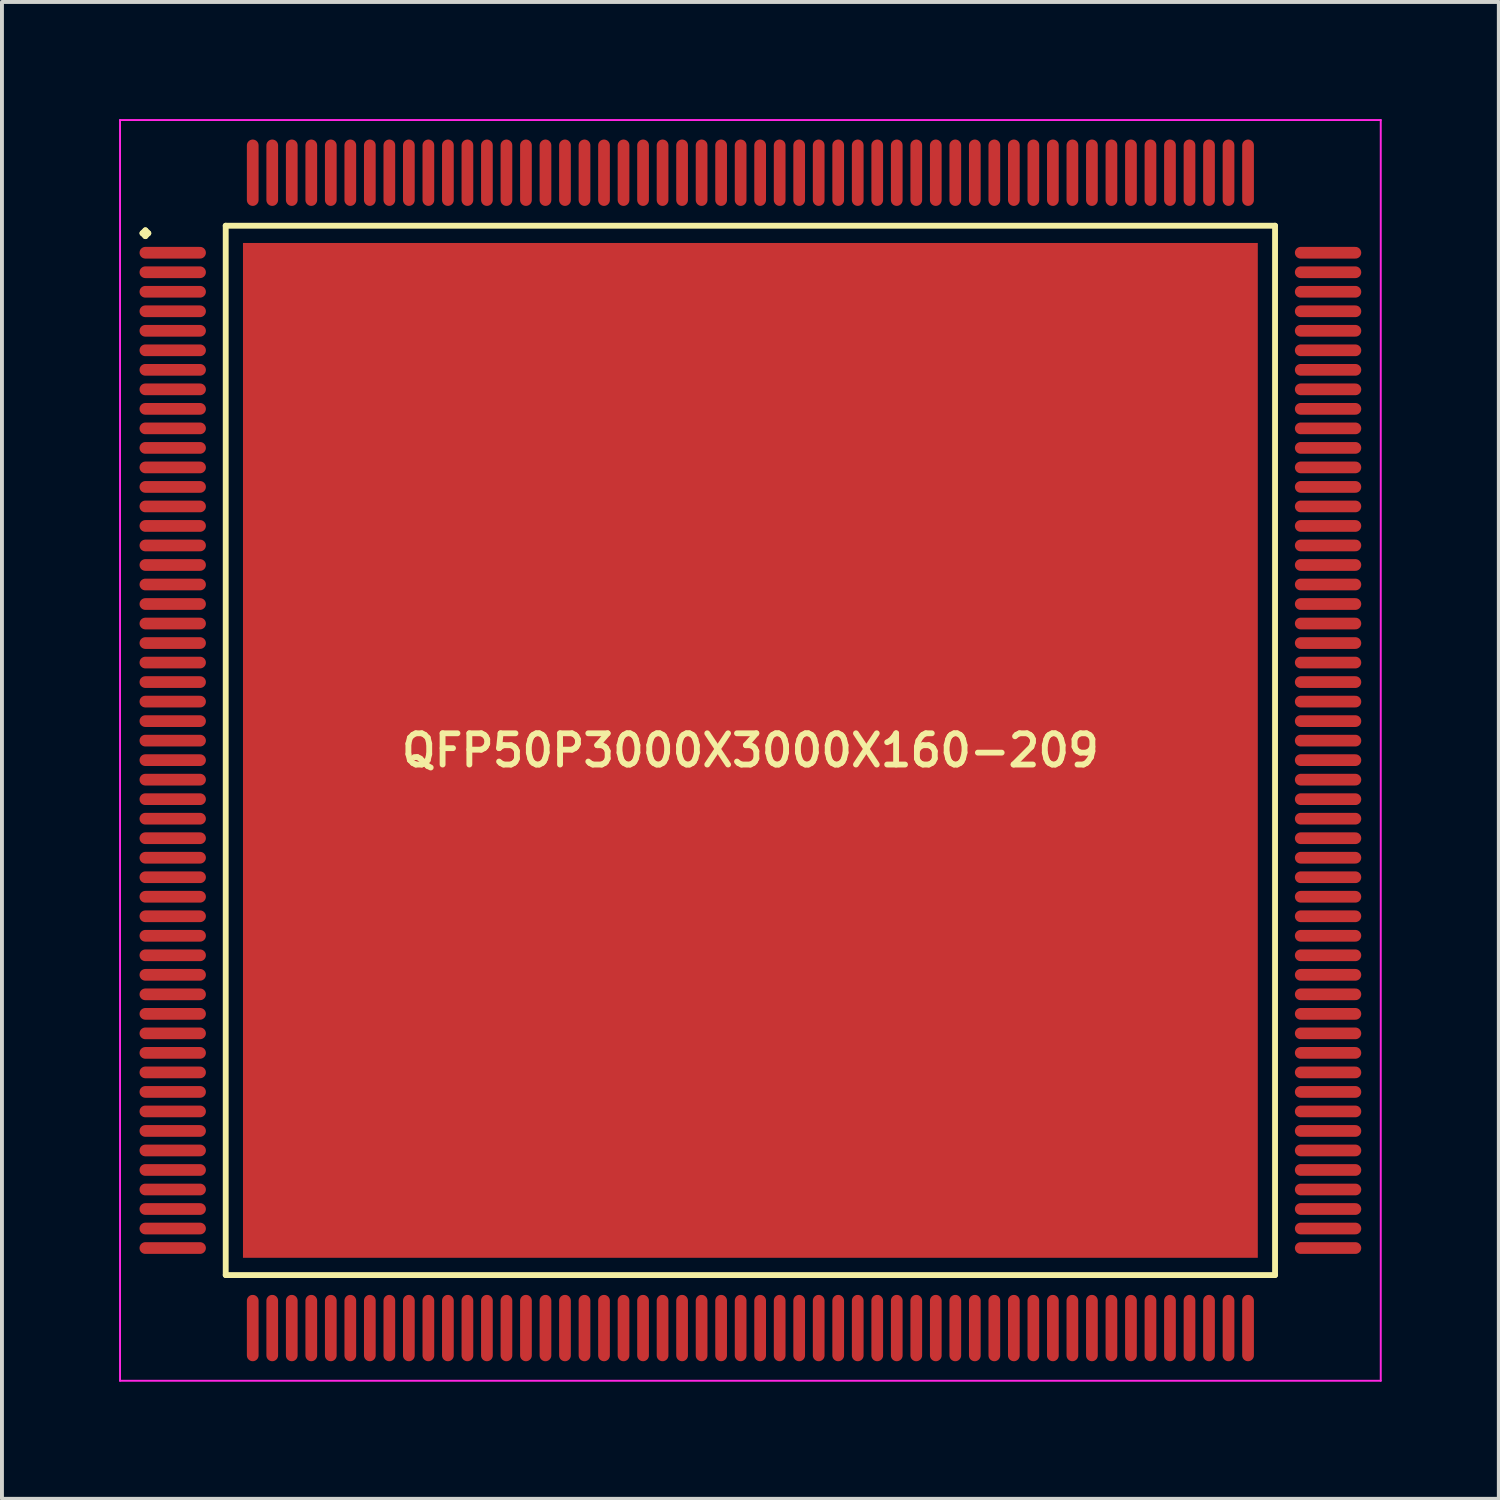
<source format=kicad_pcb>
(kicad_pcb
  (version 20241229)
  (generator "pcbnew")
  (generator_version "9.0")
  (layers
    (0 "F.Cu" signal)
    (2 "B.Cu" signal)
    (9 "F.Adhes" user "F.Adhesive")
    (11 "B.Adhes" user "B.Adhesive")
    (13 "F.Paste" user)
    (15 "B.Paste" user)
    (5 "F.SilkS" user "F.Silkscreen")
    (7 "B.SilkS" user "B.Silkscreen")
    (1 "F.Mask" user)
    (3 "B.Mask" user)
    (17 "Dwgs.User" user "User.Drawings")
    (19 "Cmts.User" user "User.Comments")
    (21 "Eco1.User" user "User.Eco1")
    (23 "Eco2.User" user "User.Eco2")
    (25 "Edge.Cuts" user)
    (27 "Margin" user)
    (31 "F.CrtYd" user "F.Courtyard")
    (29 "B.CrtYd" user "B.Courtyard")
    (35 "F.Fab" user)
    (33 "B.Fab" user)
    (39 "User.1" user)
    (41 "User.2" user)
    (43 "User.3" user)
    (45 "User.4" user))
  (footprint "QFP50P3000X3000X160-209"
    (layer "F.Cu")
    (at 16.175 16.175)
    (property "Reference" "QFP50P3000X3000X160-209" (at 0 0 0) (layer "F.SilkS") (effects (font (size 0.8 0.8) (thickness 0.15))))
    (attr smd)
    (fp_line (start -15.575 -13.25) (end -15.5 -13.325) (stroke (width 0.15) (type solid)) (layer "F.SilkS"))
    (fp_line (start -15.5 -13.325) (end -15.425 -13.25) (stroke (width 0.15) (type solid)) (layer "F.SilkS"))
    (fp_line (start -15.5 -13.175) (end -15.575 -13.25) (stroke (width 0.15) (type solid)) (layer "F.SilkS"))
    (fp_line (start -15.425 -13.25) (end -15.5 -13.175) (stroke (width 0.15) (type solid)) (layer "F.SilkS"))
    (fp_line (start -13.442 -13.442) (end -13.442 13.442) (stroke (width 0.15) (type solid)) (layer "F.SilkS"))
    (fp_line (start -13.442 13.442) (end 13.442 13.442) (stroke (width 0.15) (type solid)) (layer "F.SilkS"))
    (fp_line (start 13.442 -13.442) (end -13.442 -13.442) (stroke (width 0.15) (type solid)) (layer "F.SilkS"))
    (fp_line (start 13.442 13.442) (end 13.442 -13.442) (stroke (width 0.15) (type solid)) (layer "F.SilkS"))
    (fp_line (start -16.15 -16.15) (end 16.15 -16.15) (stroke (width 0.05) (type solid)) (layer "F.CrtYd"))
    (fp_line (start -16.15 16.15) (end -16.15 -16.15) (stroke (width 0.05) (type solid)) (layer "F.CrtYd"))
    (fp_line (start 16.15 -16.15) (end 16.15 16.15) (stroke (width 0.05) (type solid)) (layer "F.CrtYd"))
    (fp_line (start 16.15 16.15) (end -16.15 16.15) (stroke (width 0.05) (type solid)) (layer "F.CrtYd"))
    (pad "1" smd oval (at -14.8 -12.75) (size 1.7 0.3) (layers "F.Cu" "F.Mask" "F.Paste"))
    (pad "2" smd oval (at -14.8 -12.25) (size 1.7 0.3) (layers "F.Cu" "F.Mask" "F.Paste"))
    (pad "3" smd oval (at -14.8 -11.75) (size 1.7 0.3) (layers "F.Cu" "F.Mask" "F.Paste"))
    (pad "4" smd oval (at -14.8 -11.25) (size 1.7 0.3) (layers "F.Cu" "F.Mask" "F.Paste"))
    (pad "5" smd oval (at -14.8 -10.75) (size 1.7 0.3) (layers "F.Cu" "F.Mask" "F.Paste"))
    (pad "6" smd oval (at -14.8 -10.25) (size 1.7 0.3) (layers "F.Cu" "F.Mask" "F.Paste"))
    (pad "7" smd oval (at -14.8 -9.75) (size 1.7 0.3) (layers "F.Cu" "F.Mask" "F.Paste"))
    (pad "8" smd oval (at -14.8 -9.25) (size 1.7 0.3) (layers "F.Cu" "F.Mask" "F.Paste"))
    (pad "9" smd oval (at -14.8 -8.75) (size 1.7 0.3) (layers "F.Cu" "F.Mask" "F.Paste"))
    (pad "10" smd oval (at -14.8 -8.25) (size 1.7 0.3) (layers "F.Cu" "F.Mask" "F.Paste"))
    (pad "11" smd oval (at -14.8 -7.75) (size 1.7 0.3) (layers "F.Cu" "F.Mask" "F.Paste"))
    (pad "12" smd oval (at -14.8 -7.25) (size 1.7 0.3) (layers "F.Cu" "F.Mask" "F.Paste"))
    (pad "13" smd oval (at -14.8 -6.75) (size 1.7 0.3) (layers "F.Cu" "F.Mask" "F.Paste"))
    (pad "14" smd oval (at -14.8 -6.25) (size 1.7 0.3) (layers "F.Cu" "F.Mask" "F.Paste"))
    (pad "15" smd oval (at -14.8 -5.75) (size 1.7 0.3) (layers "F.Cu" "F.Mask" "F.Paste"))
    (pad "16" smd oval (at -14.8 -5.25) (size 1.7 0.3) (layers "F.Cu" "F.Mask" "F.Paste"))
    (pad "17" smd oval (at -14.8 -4.75) (size 1.7 0.3) (layers "F.Cu" "F.Mask" "F.Paste"))
    (pad "18" smd oval (at -14.8 -4.25) (size 1.7 0.3) (layers "F.Cu" "F.Mask" "F.Paste"))
    (pad "19" smd oval (at -14.8 -3.75) (size 1.7 0.3) (layers "F.Cu" "F.Mask" "F.Paste"))
    (pad "20" smd oval (at -14.8 -3.25) (size 1.7 0.3) (layers "F.Cu" "F.Mask" "F.Paste"))
    (pad "21" smd oval (at -14.8 -2.75) (size 1.7 0.3) (layers "F.Cu" "F.Mask" "F.Paste"))
    (pad "22" smd oval (at -14.8 -2.25) (size 1.7 0.3) (layers "F.Cu" "F.Mask" "F.Paste"))
    (pad "23" smd oval (at -14.8 -1.75) (size 1.7 0.3) (layers "F.Cu" "F.Mask" "F.Paste"))
    (pad "24" smd oval (at -14.8 -1.25) (size 1.7 0.3) (layers "F.Cu" "F.Mask" "F.Paste"))
    (pad "25" smd oval (at -14.8 -0.75) (size 1.7 0.3) (layers "F.Cu" "F.Mask" "F.Paste"))
    (pad "26" smd oval (at -14.8 -0.25) (size 1.7 0.3) (layers "F.Cu" "F.Mask" "F.Paste"))
    (pad "27" smd oval (at -14.8 0.25) (size 1.7 0.3) (layers "F.Cu" "F.Mask" "F.Paste"))
    (pad "28" smd oval (at -14.8 0.75) (size 1.7 0.3) (layers "F.Cu" "F.Mask" "F.Paste"))
    (pad "29" smd oval (at -14.8 1.25) (size 1.7 0.3) (layers "F.Cu" "F.Mask" "F.Paste"))
    (pad "30" smd oval (at -14.8 1.75) (size 1.7 0.3) (layers "F.Cu" "F.Mask" "F.Paste"))
    (pad "31" smd oval (at -14.8 2.25) (size 1.7 0.3) (layers "F.Cu" "F.Mask" "F.Paste"))
    (pad "32" smd oval (at -14.8 2.75) (size 1.7 0.3) (layers "F.Cu" "F.Mask" "F.Paste"))
    (pad "33" smd oval (at -14.8 3.25) (size 1.7 0.3) (layers "F.Cu" "F.Mask" "F.Paste"))
    (pad "34" smd oval (at -14.8 3.75) (size 1.7 0.3) (layers "F.Cu" "F.Mask" "F.Paste"))
    (pad "35" smd oval (at -14.8 4.25) (size 1.7 0.3) (layers "F.Cu" "F.Mask" "F.Paste"))
    (pad "36" smd oval (at -14.8 4.75) (size 1.7 0.3) (layers "F.Cu" "F.Mask" "F.Paste"))
    (pad "37" smd oval (at -14.8 5.25) (size 1.7 0.3) (layers "F.Cu" "F.Mask" "F.Paste"))
    (pad "38" smd oval (at -14.8 5.75) (size 1.7 0.3) (layers "F.Cu" "F.Mask" "F.Paste"))
    (pad "39" smd oval (at -14.8 6.25) (size 1.7 0.3) (layers "F.Cu" "F.Mask" "F.Paste"))
    (pad "40" smd oval (at -14.8 6.75) (size 1.7 0.3) (layers "F.Cu" "F.Mask" "F.Paste"))
    (pad "41" smd oval (at -14.8 7.25) (size 1.7 0.3) (layers "F.Cu" "F.Mask" "F.Paste"))
    (pad "42" smd oval (at -14.8 7.75) (size 1.7 0.3) (layers "F.Cu" "F.Mask" "F.Paste"))
    (pad "43" smd oval (at -14.8 8.25) (size 1.7 0.3) (layers "F.Cu" "F.Mask" "F.Paste"))
    (pad "44" smd oval (at -14.8 8.75) (size 1.7 0.3) (layers "F.Cu" "F.Mask" "F.Paste"))
    (pad "45" smd oval (at -14.8 9.25) (size 1.7 0.3) (layers "F.Cu" "F.Mask" "F.Paste"))
    (pad "46" smd oval (at -14.8 9.75) (size 1.7 0.3) (layers "F.Cu" "F.Mask" "F.Paste"))
    (pad "47" smd oval (at -14.8 10.25) (size 1.7 0.3) (layers "F.Cu" "F.Mask" "F.Paste"))
    (pad "48" smd oval (at -14.8 10.75) (size 1.7 0.3) (layers "F.Cu" "F.Mask" "F.Paste"))
    (pad "49" smd oval (at -14.8 11.25) (size 1.7 0.3) (layers "F.Cu" "F.Mask" "F.Paste"))
    (pad "50" smd oval (at -14.8 11.75) (size 1.7 0.3) (layers "F.Cu" "F.Mask" "F.Paste"))
    (pad "51" smd oval (at -14.8 12.25) (size 1.7 0.3) (layers "F.Cu" "F.Mask" "F.Paste"))
    (pad "52" smd oval (at -14.8 12.75) (size 1.7 0.3) (layers "F.Cu" "F.Mask" "F.Paste"))
    (pad "53" smd oval (at -12.75 14.8) (size 0.3 1.7) (layers "F.Cu" "F.Mask" "F.Paste"))
    (pad "54" smd oval (at -12.25 14.8) (size 0.3 1.7) (layers "F.Cu" "F.Mask" "F.Paste"))
    (pad "55" smd oval (at -11.75 14.8) (size 0.3 1.7) (layers "F.Cu" "F.Mask" "F.Paste"))
    (pad "56" smd oval (at -11.25 14.8) (size 0.3 1.7) (layers "F.Cu" "F.Mask" "F.Paste"))
    (pad "57" smd oval (at -10.75 14.8) (size 0.3 1.7) (layers "F.Cu" "F.Mask" "F.Paste"))
    (pad "58" smd oval (at -10.25 14.8) (size 0.3 1.7) (layers "F.Cu" "F.Mask" "F.Paste"))
    (pad "59" smd oval (at -9.75 14.8) (size 0.3 1.7) (layers "F.Cu" "F.Mask" "F.Paste"))
    (pad "60" smd oval (at -9.25 14.8) (size 0.3 1.7) (layers "F.Cu" "F.Mask" "F.Paste"))
    (pad "61" smd oval (at -8.75 14.8) (size 0.3 1.7) (layers "F.Cu" "F.Mask" "F.Paste"))
    (pad "62" smd oval (at -8.25 14.8) (size 0.3 1.7) (layers "F.Cu" "F.Mask" "F.Paste"))
    (pad "63" smd oval (at -7.75 14.8) (size 0.3 1.7) (layers "F.Cu" "F.Mask" "F.Paste"))
    (pad "64" smd oval (at -7.25 14.8) (size 0.3 1.7) (layers "F.Cu" "F.Mask" "F.Paste"))
    (pad "65" smd oval (at -6.75 14.8) (size 0.3 1.7) (layers "F.Cu" "F.Mask" "F.Paste"))
    (pad "66" smd oval (at -6.25 14.8) (size 0.3 1.7) (layers "F.Cu" "F.Mask" "F.Paste"))
    (pad "67" smd oval (at -5.75 14.8) (size 0.3 1.7) (layers "F.Cu" "F.Mask" "F.Paste"))
    (pad "68" smd oval (at -5.25 14.8) (size 0.3 1.7) (layers "F.Cu" "F.Mask" "F.Paste"))
    (pad "69" smd oval (at -4.75 14.8) (size 0.3 1.7) (layers "F.Cu" "F.Mask" "F.Paste"))
    (pad "70" smd oval (at -4.25 14.8) (size 0.3 1.7) (layers "F.Cu" "F.Mask" "F.Paste"))
    (pad "71" smd oval (at -3.75 14.8) (size 0.3 1.7) (layers "F.Cu" "F.Mask" "F.Paste"))
    (pad "72" smd oval (at -3.25 14.8) (size 0.3 1.7) (layers "F.Cu" "F.Mask" "F.Paste"))
    (pad "73" smd oval (at -2.75 14.8) (size 0.3 1.7) (layers "F.Cu" "F.Mask" "F.Paste"))
    (pad "74" smd oval (at -2.25 14.8) (size 0.3 1.7) (layers "F.Cu" "F.Mask" "F.Paste"))
    (pad "75" smd oval (at -1.75 14.8) (size 0.3 1.7) (layers "F.Cu" "F.Mask" "F.Paste"))
    (pad "76" smd oval (at -1.25 14.8) (size 0.3 1.7) (layers "F.Cu" "F.Mask" "F.Paste"))
    (pad "77" smd oval (at -0.75 14.8) (size 0.3 1.7) (layers "F.Cu" "F.Mask" "F.Paste"))
    (pad "78" smd oval (at -0.25 14.8) (size 0.3 1.7) (layers "F.Cu" "F.Mask" "F.Paste"))
    (pad "79" smd oval (at 0.25 14.8) (size 0.3 1.7) (layers "F.Cu" "F.Mask" "F.Paste"))
    (pad "80" smd oval (at 0.75 14.8) (size 0.3 1.7) (layers "F.Cu" "F.Mask" "F.Paste"))
    (pad "81" smd oval (at 1.25 14.8) (size 0.3 1.7) (layers "F.Cu" "F.Mask" "F.Paste"))
    (pad "82" smd oval (at 1.75 14.8) (size 0.3 1.7) (layers "F.Cu" "F.Mask" "F.Paste"))
    (pad "83" smd oval (at 2.25 14.8) (size 0.3 1.7) (layers "F.Cu" "F.Mask" "F.Paste"))
    (pad "84" smd oval (at 2.75 14.8) (size 0.3 1.7) (layers "F.Cu" "F.Mask" "F.Paste"))
    (pad "85" smd oval (at 3.25 14.8) (size 0.3 1.7) (layers "F.Cu" "F.Mask" "F.Paste"))
    (pad "86" smd oval (at 3.75 14.8) (size 0.3 1.7) (layers "F.Cu" "F.Mask" "F.Paste"))
    (pad "87" smd oval (at 4.25 14.8) (size 0.3 1.7) (layers "F.Cu" "F.Mask" "F.Paste"))
    (pad "88" smd oval (at 4.75 14.8) (size 0.3 1.7) (layers "F.Cu" "F.Mask" "F.Paste"))
    (pad "89" smd oval (at 5.25 14.8) (size 0.3 1.7) (layers "F.Cu" "F.Mask" "F.Paste"))
    (pad "90" smd oval (at 5.75 14.8) (size 0.3 1.7) (layers "F.Cu" "F.Mask" "F.Paste"))
    (pad "91" smd oval (at 6.25 14.8) (size 0.3 1.7) (layers "F.Cu" "F.Mask" "F.Paste"))
    (pad "92" smd oval (at 6.75 14.8) (size 0.3 1.7) (layers "F.Cu" "F.Mask" "F.Paste"))
    (pad "93" smd oval (at 7.25 14.8) (size 0.3 1.7) (layers "F.Cu" "F.Mask" "F.Paste"))
    (pad "94" smd oval (at 7.75 14.8) (size 0.3 1.7) (layers "F.Cu" "F.Mask" "F.Paste"))
    (pad "95" smd oval (at 8.25 14.8) (size 0.3 1.7) (layers "F.Cu" "F.Mask" "F.Paste"))
    (pad "96" smd oval (at 8.75 14.8) (size 0.3 1.7) (layers "F.Cu" "F.Mask" "F.Paste"))
    (pad "97" smd oval (at 9.25 14.8) (size 0.3 1.7) (layers "F.Cu" "F.Mask" "F.Paste"))
    (pad "98" smd oval (at 9.75 14.8) (size 0.3 1.7) (layers "F.Cu" "F.Mask" "F.Paste"))
    (pad "99" smd oval (at 10.25 14.8) (size 0.3 1.7) (layers "F.Cu" "F.Mask" "F.Paste"))
    (pad "100" smd oval (at 10.75 14.8) (size 0.3 1.7) (layers "F.Cu" "F.Mask" "F.Paste"))
    (pad "101" smd oval (at 11.25 14.8) (size 0.3 1.7) (layers "F.Cu" "F.Mask" "F.Paste"))
    (pad "102" smd oval (at 11.75 14.8) (size 0.3 1.7) (layers "F.Cu" "F.Mask" "F.Paste"))
    (pad "103" smd oval (at 12.25 14.8) (size 0.3 1.7) (layers "F.Cu" "F.Mask" "F.Paste"))
    (pad "104" smd oval (at 12.75 14.8) (size 0.3 1.7) (layers "F.Cu" "F.Mask" "F.Paste"))
    (pad "105" smd oval (at 14.8 12.75) (size 1.7 0.3) (layers "F.Cu" "F.Mask" "F.Paste"))
    (pad "106" smd oval (at 14.8 12.25) (size 1.7 0.3) (layers "F.Cu" "F.Mask" "F.Paste"))
    (pad "107" smd oval (at 14.8 11.75) (size 1.7 0.3) (layers "F.Cu" "F.Mask" "F.Paste"))
    (pad "108" smd oval (at 14.8 11.25) (size 1.7 0.3) (layers "F.Cu" "F.Mask" "F.Paste"))
    (pad "109" smd oval (at 14.8 10.75) (size 1.7 0.3) (layers "F.Cu" "F.Mask" "F.Paste"))
    (pad "110" smd oval (at 14.8 10.25) (size 1.7 0.3) (layers "F.Cu" "F.Mask" "F.Paste"))
    (pad "111" smd oval (at 14.8 9.75) (size 1.7 0.3) (layers "F.Cu" "F.Mask" "F.Paste"))
    (pad "112" smd oval (at 14.8 9.25) (size 1.7 0.3) (layers "F.Cu" "F.Mask" "F.Paste"))
    (pad "113" smd oval (at 14.8 8.75) (size 1.7 0.3) (layers "F.Cu" "F.Mask" "F.Paste"))
    (pad "114" smd oval (at 14.8 8.25) (size 1.7 0.3) (layers "F.Cu" "F.Mask" "F.Paste"))
    (pad "115" smd oval (at 14.8 7.75) (size 1.7 0.3) (layers "F.Cu" "F.Mask" "F.Paste"))
    (pad "116" smd oval (at 14.8 7.25) (size 1.7 0.3) (layers "F.Cu" "F.Mask" "F.Paste"))
    (pad "117" smd oval (at 14.8 6.75) (size 1.7 0.3) (layers "F.Cu" "F.Mask" "F.Paste"))
    (pad "118" smd oval (at 14.8 6.25) (size 1.7 0.3) (layers "F.Cu" "F.Mask" "F.Paste"))
    (pad "119" smd oval (at 14.8 5.75) (size 1.7 0.3) (layers "F.Cu" "F.Mask" "F.Paste"))
    (pad "120" smd oval (at 14.8 5.25) (size 1.7 0.3) (layers "F.Cu" "F.Mask" "F.Paste"))
    (pad "121" smd oval (at 14.8 4.75) (size 1.7 0.3) (layers "F.Cu" "F.Mask" "F.Paste"))
    (pad "122" smd oval (at 14.8 4.25) (size 1.7 0.3) (layers "F.Cu" "F.Mask" "F.Paste"))
    (pad "123" smd oval (at 14.8 3.75) (size 1.7 0.3) (layers "F.Cu" "F.Mask" "F.Paste"))
    (pad "124" smd oval (at 14.8 3.25) (size 1.7 0.3) (layers "F.Cu" "F.Mask" "F.Paste"))
    (pad "125" smd oval (at 14.8 2.75) (size 1.7 0.3) (layers "F.Cu" "F.Mask" "F.Paste"))
    (pad "126" smd oval (at 14.8 2.25) (size 1.7 0.3) (layers "F.Cu" "F.Mask" "F.Paste"))
    (pad "127" smd oval (at 14.8 1.75) (size 1.7 0.3) (layers "F.Cu" "F.Mask" "F.Paste"))
    (pad "128" smd oval (at 14.8 1.25) (size 1.7 0.3) (layers "F.Cu" "F.Mask" "F.Paste"))
    (pad "129" smd oval (at 14.8 0.75) (size 1.7 0.3) (layers "F.Cu" "F.Mask" "F.Paste"))
    (pad "130" smd oval (at 14.8 0.25) (size 1.7 0.3) (layers "F.Cu" "F.Mask" "F.Paste"))
    (pad "131" smd oval (at 14.8 -0.25) (size 1.7 0.3) (layers "F.Cu" "F.Mask" "F.Paste"))
    (pad "132" smd oval (at 14.8 -0.75) (size 1.7 0.3) (layers "F.Cu" "F.Mask" "F.Paste"))
    (pad "133" smd oval (at 14.8 -1.25) (size 1.7 0.3) (layers "F.Cu" "F.Mask" "F.Paste"))
    (pad "134" smd oval (at 14.8 -1.75) (size 1.7 0.3) (layers "F.Cu" "F.Mask" "F.Paste"))
    (pad "135" smd oval (at 14.8 -2.25) (size 1.7 0.3) (layers "F.Cu" "F.Mask" "F.Paste"))
    (pad "136" smd oval (at 14.8 -2.75) (size 1.7 0.3) (layers "F.Cu" "F.Mask" "F.Paste"))
    (pad "137" smd oval (at 14.8 -3.25) (size 1.7 0.3) (layers "F.Cu" "F.Mask" "F.Paste"))
    (pad "138" smd oval (at 14.8 -3.75) (size 1.7 0.3) (layers "F.Cu" "F.Mask" "F.Paste"))
    (pad "139" smd oval (at 14.8 -4.25) (size 1.7 0.3) (layers "F.Cu" "F.Mask" "F.Paste"))
    (pad "140" smd oval (at 14.8 -4.75) (size 1.7 0.3) (layers "F.Cu" "F.Mask" "F.Paste"))
    (pad "141" smd oval (at 14.8 -5.25) (size 1.7 0.3) (layers "F.Cu" "F.Mask" "F.Paste"))
    (pad "142" smd oval (at 14.8 -5.75) (size 1.7 0.3) (layers "F.Cu" "F.Mask" "F.Paste"))
    (pad "143" smd oval (at 14.8 -6.25) (size 1.7 0.3) (layers "F.Cu" "F.Mask" "F.Paste"))
    (pad "144" smd oval (at 14.8 -6.75) (size 1.7 0.3) (layers "F.Cu" "F.Mask" "F.Paste"))
    (pad "145" smd oval (at 14.8 -7.25) (size 1.7 0.3) (layers "F.Cu" "F.Mask" "F.Paste"))
    (pad "146" smd oval (at 14.8 -7.75) (size 1.7 0.3) (layers "F.Cu" "F.Mask" "F.Paste"))
    (pad "147" smd oval (at 14.8 -8.25) (size 1.7 0.3) (layers "F.Cu" "F.Mask" "F.Paste"))
    (pad "148" smd oval (at 14.8 -8.75) (size 1.7 0.3) (layers "F.Cu" "F.Mask" "F.Paste"))
    (pad "149" smd oval (at 14.8 -9.25) (size 1.7 0.3) (layers "F.Cu" "F.Mask" "F.Paste"))
    (pad "150" smd oval (at 14.8 -9.75) (size 1.7 0.3) (layers "F.Cu" "F.Mask" "F.Paste"))
    (pad "151" smd oval (at 14.8 -10.25) (size 1.7 0.3) (layers "F.Cu" "F.Mask" "F.Paste"))
    (pad "152" smd oval (at 14.8 -10.75) (size 1.7 0.3) (layers "F.Cu" "F.Mask" "F.Paste"))
    (pad "153" smd oval (at 14.8 -11.25) (size 1.7 0.3) (layers "F.Cu" "F.Mask" "F.Paste"))
    (pad "154" smd oval (at 14.8 -11.75) (size 1.7 0.3) (layers "F.Cu" "F.Mask" "F.Paste"))
    (pad "155" smd oval (at 14.8 -12.25) (size 1.7 0.3) (layers "F.Cu" "F.Mask" "F.Paste"))
    (pad "156" smd oval (at 14.8 -12.75) (size 1.7 0.3) (layers "F.Cu" "F.Mask" "F.Paste"))
    (pad "157" smd oval (at 12.75 -14.8) (size 0.3 1.7) (layers "F.Cu" "F.Mask" "F.Paste"))
    (pad "158" smd oval (at 12.25 -14.8) (size 0.3 1.7) (layers "F.Cu" "F.Mask" "F.Paste"))
    (pad "159" smd oval (at 11.75 -14.8) (size 0.3 1.7) (layers "F.Cu" "F.Mask" "F.Paste"))
    (pad "160" smd oval (at 11.25 -14.8) (size 0.3 1.7) (layers "F.Cu" "F.Mask" "F.Paste"))
    (pad "161" smd oval (at 10.75 -14.8) (size 0.3 1.7) (layers "F.Cu" "F.Mask" "F.Paste"))
    (pad "162" smd oval (at 10.25 -14.8) (size 0.3 1.7) (layers "F.Cu" "F.Mask" "F.Paste"))
    (pad "163" smd oval (at 9.75 -14.8) (size 0.3 1.7) (layers "F.Cu" "F.Mask" "F.Paste"))
    (pad "164" smd oval (at 9.25 -14.8) (size 0.3 1.7) (layers "F.Cu" "F.Mask" "F.Paste"))
    (pad "165" smd oval (at 8.75 -14.8) (size 0.3 1.7) (layers "F.Cu" "F.Mask" "F.Paste"))
    (pad "166" smd oval (at 8.25 -14.8) (size 0.3 1.7) (layers "F.Cu" "F.Mask" "F.Paste"))
    (pad "167" smd oval (at 7.75 -14.8) (size 0.3 1.7) (layers "F.Cu" "F.Mask" "F.Paste"))
    (pad "168" smd oval (at 7.25 -14.8) (size 0.3 1.7) (layers "F.Cu" "F.Mask" "F.Paste"))
    (pad "169" smd oval (at 6.75 -14.8) (size 0.3 1.7) (layers "F.Cu" "F.Mask" "F.Paste"))
    (pad "170" smd oval (at 6.25 -14.8) (size 0.3 1.7) (layers "F.Cu" "F.Mask" "F.Paste"))
    (pad "171" smd oval (at 5.75 -14.8) (size 0.3 1.7) (layers "F.Cu" "F.Mask" "F.Paste"))
    (pad "172" smd oval (at 5.25 -14.8) (size 0.3 1.7) (layers "F.Cu" "F.Mask" "F.Paste"))
    (pad "173" smd oval (at 4.75 -14.8) (size 0.3 1.7) (layers "F.Cu" "F.Mask" "F.Paste"))
    (pad "174" smd oval (at 4.25 -14.8) (size 0.3 1.7) (layers "F.Cu" "F.Mask" "F.Paste"))
    (pad "175" smd oval (at 3.75 -14.8) (size 0.3 1.7) (layers "F.Cu" "F.Mask" "F.Paste"))
    (pad "176" smd oval (at 3.25 -14.8) (size 0.3 1.7) (layers "F.Cu" "F.Mask" "F.Paste"))
    (pad "177" smd oval (at 2.75 -14.8) (size 0.3 1.7) (layers "F.Cu" "F.Mask" "F.Paste"))
    (pad "178" smd oval (at 2.25 -14.8) (size 0.3 1.7) (layers "F.Cu" "F.Mask" "F.Paste"))
    (pad "179" smd oval (at 1.75 -14.8) (size 0.3 1.7) (layers "F.Cu" "F.Mask" "F.Paste"))
    (pad "180" smd oval (at 1.25 -14.8) (size 0.3 1.7) (layers "F.Cu" "F.Mask" "F.Paste"))
    (pad "181" smd oval (at 0.75 -14.8) (size 0.3 1.7) (layers "F.Cu" "F.Mask" "F.Paste"))
    (pad "182" smd oval (at 0.25 -14.8) (size 0.3 1.7) (layers "F.Cu" "F.Mask" "F.Paste"))
    (pad "183" smd oval (at -0.25 -14.8) (size 0.3 1.7) (layers "F.Cu" "F.Mask" "F.Paste"))
    (pad "184" smd oval (at -0.75 -14.8) (size 0.3 1.7) (layers "F.Cu" "F.Mask" "F.Paste"))
    (pad "185" smd oval (at -1.25 -14.8) (size 0.3 1.7) (layers "F.Cu" "F.Mask" "F.Paste"))
    (pad "186" smd oval (at -1.75 -14.8) (size 0.3 1.7) (layers "F.Cu" "F.Mask" "F.Paste"))
    (pad "187" smd oval (at -2.25 -14.8) (size 0.3 1.7) (layers "F.Cu" "F.Mask" "F.Paste"))
    (pad "188" smd oval (at -2.75 -14.8) (size 0.3 1.7) (layers "F.Cu" "F.Mask" "F.Paste"))
    (pad "189" smd oval (at -3.25 -14.8) (size 0.3 1.7) (layers "F.Cu" "F.Mask" "F.Paste"))
    (pad "190" smd oval (at -3.75 -14.8) (size 0.3 1.7) (layers "F.Cu" "F.Mask" "F.Paste"))
    (pad "191" smd oval (at -4.25 -14.8) (size 0.3 1.7) (layers "F.Cu" "F.Mask" "F.Paste"))
    (pad "192" smd oval (at -4.75 -14.8) (size 0.3 1.7) (layers "F.Cu" "F.Mask" "F.Paste"))
    (pad "193" smd oval (at -5.25 -14.8) (size 0.3 1.7) (layers "F.Cu" "F.Mask" "F.Paste"))
    (pad "194" smd oval (at -5.75 -14.8) (size 0.3 1.7) (layers "F.Cu" "F.Mask" "F.Paste"))
    (pad "195" smd oval (at -6.25 -14.8) (size 0.3 1.7) (layers "F.Cu" "F.Mask" "F.Paste"))
    (pad "196" smd oval (at -6.75 -14.8) (size 0.3 1.7) (layers "F.Cu" "F.Mask" "F.Paste"))
    (pad "197" smd oval (at -7.25 -14.8) (size 0.3 1.7) (layers "F.Cu" "F.Mask" "F.Paste"))
    (pad "198" smd oval (at -7.75 -14.8) (size 0.3 1.7) (layers "F.Cu" "F.Mask" "F.Paste"))
    (pad "199" smd oval (at -8.25 -14.8) (size 0.3 1.7) (layers "F.Cu" "F.Mask" "F.Paste"))
    (pad "200" smd oval (at -8.75 -14.8) (size 0.3 1.7) (layers "F.Cu" "F.Mask" "F.Paste"))
    (pad "201" smd oval (at -9.25 -14.8) (size 0.3 1.7) (layers "F.Cu" "F.Mask" "F.Paste"))
    (pad "202" smd oval (at -9.75 -14.8) (size 0.3 1.7) (layers "F.Cu" "F.Mask" "F.Paste"))
    (pad "203" smd oval (at -10.25 -14.8) (size 0.3 1.7) (layers "F.Cu" "F.Mask" "F.Paste"))
    (pad "204" smd oval (at -10.75 -14.8) (size 0.3 1.7) (layers "F.Cu" "F.Mask" "F.Paste"))
    (pad "205" smd oval (at -11.25 -14.8) (size 0.3 1.7) (layers "F.Cu" "F.Mask" "F.Paste"))
    (pad "206" smd oval (at -11.75 -14.8) (size 0.3 1.7) (layers "F.Cu" "F.Mask" "F.Paste"))
    (pad "207" smd oval (at -12.25 -14.8) (size 0.3 1.7) (layers "F.Cu" "F.Mask" "F.Paste"))
    (pad "208" smd oval (at -12.75 -14.8) (size 0.3 1.7) (layers "F.Cu" "F.Mask" "F.Paste"))
    (pad "209" smd rect (at 0 0) (size 26 26) (layers "F.Cu" "F.Mask" "F.Paste")))
  (gr_rect
    (start -3 -3)
    (end 35.35 35.35)
    (stroke (width 0.1) (type default))
    (fill no)
    (layer "Edge.Cuts")))
</source>
